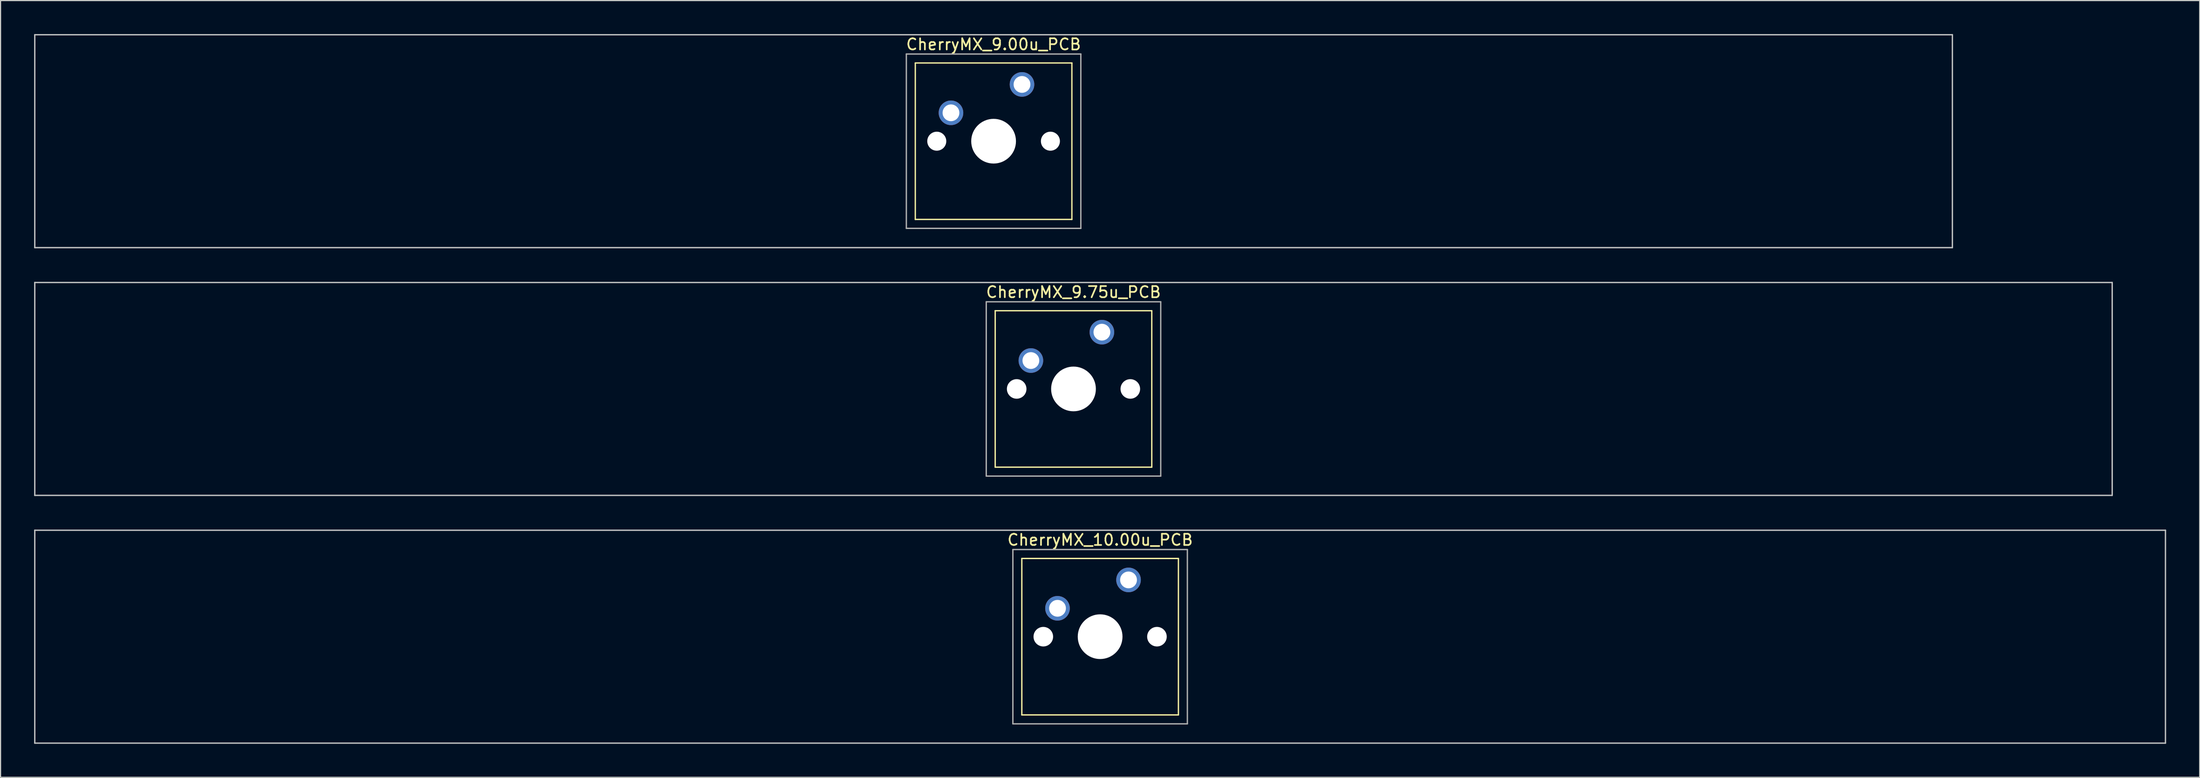
<source format=kicad_pcb>
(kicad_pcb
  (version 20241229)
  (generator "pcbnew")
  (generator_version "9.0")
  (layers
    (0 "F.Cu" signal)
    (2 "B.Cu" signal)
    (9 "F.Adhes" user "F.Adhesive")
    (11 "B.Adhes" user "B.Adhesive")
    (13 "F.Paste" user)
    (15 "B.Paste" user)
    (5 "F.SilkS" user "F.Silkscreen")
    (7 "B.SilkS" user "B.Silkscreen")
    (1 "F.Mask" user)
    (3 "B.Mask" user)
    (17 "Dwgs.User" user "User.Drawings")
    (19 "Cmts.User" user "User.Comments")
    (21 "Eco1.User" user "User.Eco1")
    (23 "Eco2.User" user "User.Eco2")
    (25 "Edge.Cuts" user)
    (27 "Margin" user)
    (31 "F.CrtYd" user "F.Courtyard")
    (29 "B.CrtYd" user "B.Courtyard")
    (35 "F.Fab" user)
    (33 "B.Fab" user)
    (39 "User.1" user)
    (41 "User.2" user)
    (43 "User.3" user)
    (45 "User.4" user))
  (footprint "CherryMX_9.75u_PCB"
    (layer "F.Cu")
    (at 92.929 31.755)
    (property "Reference" "CherryMX_9.75u_PCB" (at 0 -8.662 0) (layer "F.SilkS") (effects (font (size 1 1) (thickness 0.15))))
    (attr through_hole)
    (fp_line (start -7 -7) (end -7 7) (stroke (width 0.12) (type solid)) (layer "F.SilkS"))
    (fp_line (start -7 -7) (end 7 -7) (stroke (width 0.12) (type solid)) (layer "F.SilkS"))
    (fp_line (start 7 -7) (end 7 7) (stroke (width 0.12) (type solid)) (layer "F.SilkS"))
    (fp_line (start 7 7) (end -7 7) (stroke (width 0.12) (type solid)) (layer "F.SilkS"))
    (fp_line (start -92.869 -9.525) (end 92.869 -9.525) (stroke (width 0.12) (type solid)) (layer "Dwgs.User"))
    (fp_line (start -92.869 9.525) (end -92.869 -9.525) (stroke (width 0.12) (type solid)) (layer "Dwgs.User"))
    (fp_line (start 92.869 -9.525) (end 92.869 9.525) (stroke (width 0.12) (type solid)) (layer "Dwgs.User"))
    (fp_line (start 92.869 9.525) (end -92.869 9.525) (stroke (width 0.12) (type solid)) (layer "Dwgs.User"))
    (fp_line (start -7.8 -7.8) (end -7.8 7.8) (stroke (width 0.12) (type solid)) (layer "F.Fab"))
    (fp_line (start -7.8 -7.8) (end 7.8 -7.8) (stroke (width 0.12) (type solid)) (layer "F.Fab"))
    (fp_line (start -7.8 7.8) (end 7.8 7.8) (stroke (width 0.12) (type solid)) (layer "F.Fab"))
    (fp_line (start 7.8 -7.8) (end 7.8 7.8) (stroke (width 0.12) (type solid)) (layer "F.Fab"))
    (pad "" np_thru_hole circle (at -5.08 0) (size 1.75 1.75) (drill 1.75) (layers "*.Cu" "*.Mask"))
    (pad "" np_thru_hole circle (at 0 0) (size 4 4) (drill 4) (layers "*.Cu" "*.Mask"))
    (pad "" np_thru_hole circle (at 5.08 0) (size 1.75 1.75) (drill 1.75) (layers "*.Cu" "*.Mask"))
    (pad "1" thru_hole circle (at -3.81 -2.54) (size 2.2 2.2) (drill 1.5) (layers "*.Cu" "*.Mask"))
    (pad "2" thru_hole circle (at 2.54 -5.08) (size 2.2 2.2) (drill 1.5) (layers "*.Cu" "*.Mask")))
  (footprint "CherryMX_9.00u_PCB"
    (layer "F.Cu")
    (at 85.785 9.585)
    (property "Reference" "CherryMX_9.00u_PCB" (at 0 -8.662 0) (layer "F.SilkS") (effects (font (size 1 1) (thickness 0.15))))
    (attr through_hole)
    (fp_line (start -7 -7) (end -7 7) (stroke (width 0.12) (type solid)) (layer "F.SilkS"))
    (fp_line (start -7 -7) (end 7 -7) (stroke (width 0.12) (type solid)) (layer "F.SilkS"))
    (fp_line (start 7 -7) (end 7 7) (stroke (width 0.12) (type solid)) (layer "F.SilkS"))
    (fp_line (start 7 7) (end -7 7) (stroke (width 0.12) (type solid)) (layer "F.SilkS"))
    (fp_line (start -85.725 -9.525) (end 85.725 -9.525) (stroke (width 0.12) (type solid)) (layer "Dwgs.User"))
    (fp_line (start -85.725 9.525) (end -85.725 -9.525) (stroke (width 0.12) (type solid)) (layer "Dwgs.User"))
    (fp_line (start 85.725 -9.525) (end 85.725 9.525) (stroke (width 0.12) (type solid)) (layer "Dwgs.User"))
    (fp_line (start 85.725 9.525) (end -85.725 9.525) (stroke (width 0.12) (type solid)) (layer "Dwgs.User"))
    (fp_line (start -7.8 -7.8) (end -7.8 7.8) (stroke (width 0.12) (type solid)) (layer "F.Fab"))
    (fp_line (start -7.8 -7.8) (end 7.8 -7.8) (stroke (width 0.12) (type solid)) (layer "F.Fab"))
    (fp_line (start -7.8 7.8) (end 7.8 7.8) (stroke (width 0.12) (type solid)) (layer "F.Fab"))
    (fp_line (start 7.8 -7.8) (end 7.8 7.8) (stroke (width 0.12) (type solid)) (layer "F.Fab"))
    (pad "" np_thru_hole circle (at -5.08 0) (size 1.7 1.7) (drill 1.7) (layers "*.Cu" "*.Mask"))
    (pad "" np_thru_hole circle (at 0 0) (size 4 4) (drill 4) (layers "*.Cu" "*.Mask"))
    (pad "" np_thru_hole circle (at 5.08 0) (size 1.7 1.7) (drill 1.7) (layers "*.Cu" "*.Mask"))
    (pad "1" thru_hole circle (at -3.81 -2.54) (size 2.2 2.2) (drill 1.5) (layers "*.Cu" "*.Mask"))
    (pad "2" thru_hole circle (at 2.54 -5.08) (size 2.2 2.2) (drill 1.5) (layers "*.Cu" "*.Mask")))
  (footprint "CherryMX_10.00u_PCB"
    (layer "F.Cu")
    (at 95.31 53.925)
    (property "Reference" "CherryMX_10.00u_PCB" (at 0 -8.662 0) (layer "F.SilkS") (effects (font (size 1 1) (thickness 0.15))))
    (attr through_hole)
    (fp_line (start -7 -7) (end -7 7) (stroke (width 0.12) (type solid)) (layer "F.SilkS"))
    (fp_line (start -7 -7) (end 7 -7) (stroke (width 0.12) (type solid)) (layer "F.SilkS"))
    (fp_line (start 7 -7) (end 7 7) (stroke (width 0.12) (type solid)) (layer "F.SilkS"))
    (fp_line (start 7 7) (end -7 7) (stroke (width 0.12) (type solid)) (layer "F.SilkS"))
    (fp_line (start -95.25 -9.525) (end 95.25 -9.525) (stroke (width 0.12) (type solid)) (layer "Dwgs.User"))
    (fp_line (start -95.25 9.525) (end -95.25 -9.525) (stroke (width 0.12) (type solid)) (layer "Dwgs.User"))
    (fp_line (start 95.25 -9.525) (end 95.25 9.525) (stroke (width 0.12) (type solid)) (layer "Dwgs.User"))
    (fp_line (start 95.25 9.525) (end -95.25 9.525) (stroke (width 0.12) (type solid)) (layer "Dwgs.User"))
    (fp_line (start -7.8 -7.8) (end -7.8 7.8) (stroke (width 0.12) (type solid)) (layer "F.Fab"))
    (fp_line (start -7.8 -7.8) (end 7.8 -7.8) (stroke (width 0.12) (type solid)) (layer "F.Fab"))
    (fp_line (start -7.8 7.8) (end 7.8 7.8) (stroke (width 0.12) (type solid)) (layer "F.Fab"))
    (fp_line (start 7.8 -7.8) (end 7.8 7.8) (stroke (width 0.12) (type solid)) (layer "F.Fab"))
    (pad "" np_thru_hole circle (at -5.08 0) (size 1.75 1.75) (drill 1.75) (layers "*.Cu" "*.Mask"))
    (pad "" np_thru_hole circle (at 0 0) (size 4 4) (drill 4) (layers "*.Cu" "*.Mask"))
    (pad "" np_thru_hole circle (at 5.08 0) (size 1.75 1.75) (drill 1.75) (layers "*.Cu" "*.Mask"))
    (pad "1" thru_hole circle (at -3.81 -2.54) (size 2.2 2.2) (drill 1.5) (layers "*.Cu" "*.Mask"))
    (pad "2" thru_hole circle (at 2.54 -5.08) (size 2.2 2.2) (drill 1.5) (layers "*.Cu" "*.Mask")))
  (gr_rect
    (start -3 -3)
    (end 193.62 66.51)
    (stroke (width 0.1) (type default))
    (fill no)
    (layer "Edge.Cuts")))
</source>
